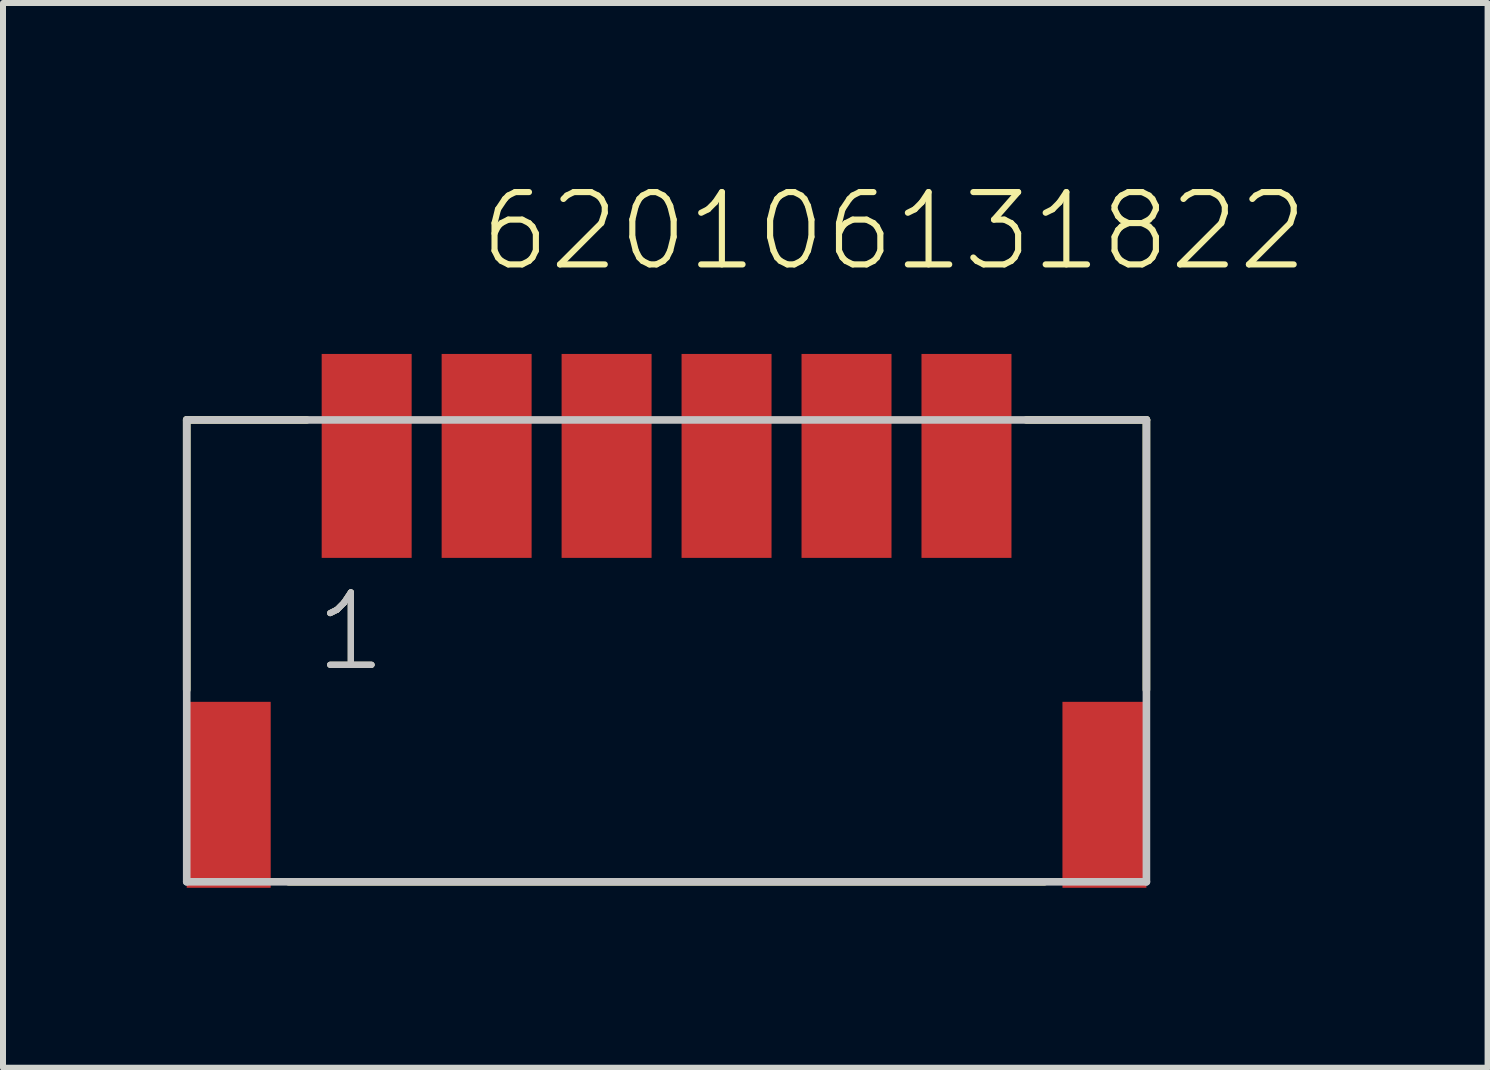
<source format=kicad_pcb>
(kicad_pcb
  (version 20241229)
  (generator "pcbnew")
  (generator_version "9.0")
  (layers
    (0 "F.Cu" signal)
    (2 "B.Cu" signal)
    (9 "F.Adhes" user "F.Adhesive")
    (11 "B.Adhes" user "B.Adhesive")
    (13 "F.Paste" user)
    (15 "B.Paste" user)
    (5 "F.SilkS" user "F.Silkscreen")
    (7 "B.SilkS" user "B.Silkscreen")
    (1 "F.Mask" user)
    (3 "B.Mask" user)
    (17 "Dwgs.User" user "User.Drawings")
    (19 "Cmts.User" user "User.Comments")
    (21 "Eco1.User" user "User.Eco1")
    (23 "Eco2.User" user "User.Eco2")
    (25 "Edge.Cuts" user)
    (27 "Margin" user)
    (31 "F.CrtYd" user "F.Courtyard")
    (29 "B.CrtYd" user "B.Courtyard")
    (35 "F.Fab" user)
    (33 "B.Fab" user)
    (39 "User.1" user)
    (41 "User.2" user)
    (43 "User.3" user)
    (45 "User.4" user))
  (footprint "620106131822"
    (layer "F.Cu")
    (at 8.063 4.551)
    (property "Reference" "620106131822" (at -3.165 -3.04 0) (layer "F.SilkS") (effects (font (size 1.206 1.206) (thickness 0.102)) (justify left bottom)))
    (attr through_hole)
    (fp_line (start -8 -0.6) (end -8 3.9) (stroke (width 0.127) (type solid)) (layer "F.SilkS"))
    (fp_line (start -6.3 7.1) (end 6.3 7.1) (stroke (width 0.127) (type solid)) (layer "F.SilkS"))
    (fp_line (start -6 -0.6) (end -8 -0.6) (stroke (width 0.127) (type solid)) (layer "F.SilkS"))
    (fp_line (start 6 -0.6) (end 8 -0.6) (stroke (width 0.127) (type solid)) (layer "F.SilkS"))
    (fp_line (start 8 -0.6) (end 8 3.9) (stroke (width 0.127) (type solid)) (layer "F.SilkS"))
    (fp_line (start -8 -0.6) (end 8 -0.6) (stroke (width 0.127) (type solid)) (layer "Dwgs.User"))
    (fp_line (start -8 7.1) (end -8 -0.6) (stroke (width 0.127) (type solid)) (layer "Dwgs.User"))
    (fp_line (start 8 -0.6) (end 8 7.1) (stroke (width 0.127) (type solid)) (layer "Dwgs.User"))
    (fp_line (start 8 7.1) (end -8 7.1) (stroke (width 0.127) (type solid)) (layer "Dwgs.User"))
    (fp_text user "1" (at -5.905 3.635 0) (layer "F.SilkS") (effects (font (size 1.206 1.206) (thickness 0.102)) (justify left bottom)))
    (fp_text user "1" (at -5.905 3.635 0) (layer "Dwgs.User") (effects (font (size 1.206 1.206) (thickness 0.102)) (justify left bottom)))
    (fp_text user "1" (at -5.905 3.635 0) (layer "Dwgs.User") (effects (font (size 1.206 1.206) (thickness 0.102)) (justify left bottom)))
    (pad "1" smd rect (at -5 0 180) (size 1.5 3.4) (layers "F.Cu" "F.Mask" "F.Paste"))
    (pad "2" smd rect (at -3 0 180) (size 1.5 3.4) (layers "F.Cu" "F.Mask" "F.Paste"))
    (pad "3" smd rect (at -1 0 180) (size 1.5 3.4) (layers "F.Cu" "F.Mask" "F.Paste"))
    (pad "4" smd rect (at 1 0 180) (size 1.5 3.4) (layers "F.Cu" "F.Mask" "F.Paste"))
    (pad "5" smd rect (at 3 0 180) (size 1.5 3.4) (layers "F.Cu" "F.Mask" "F.Paste"))
    (pad "6" smd rect (at 5 0 180) (size 1.5 3.4) (layers "F.Cu" "F.Mask" "F.Paste"))
    (pad "Z1" smd rect (at -7.3 5.65 180) (size 1.4 3.1) (layers "F.Cu" "F.Mask" "F.Paste"))
    (pad "Z2" smd rect (at 7.3 5.65 180) (size 1.4 3.1) (layers "F.Cu" "F.Mask" "F.Paste")))
  (gr_rect
    (start -3 -3)
    (end 21.751 14.751)
    (stroke (width 0.1) (type default))
    (fill no)
    (layer "Edge.Cuts")))
</source>
